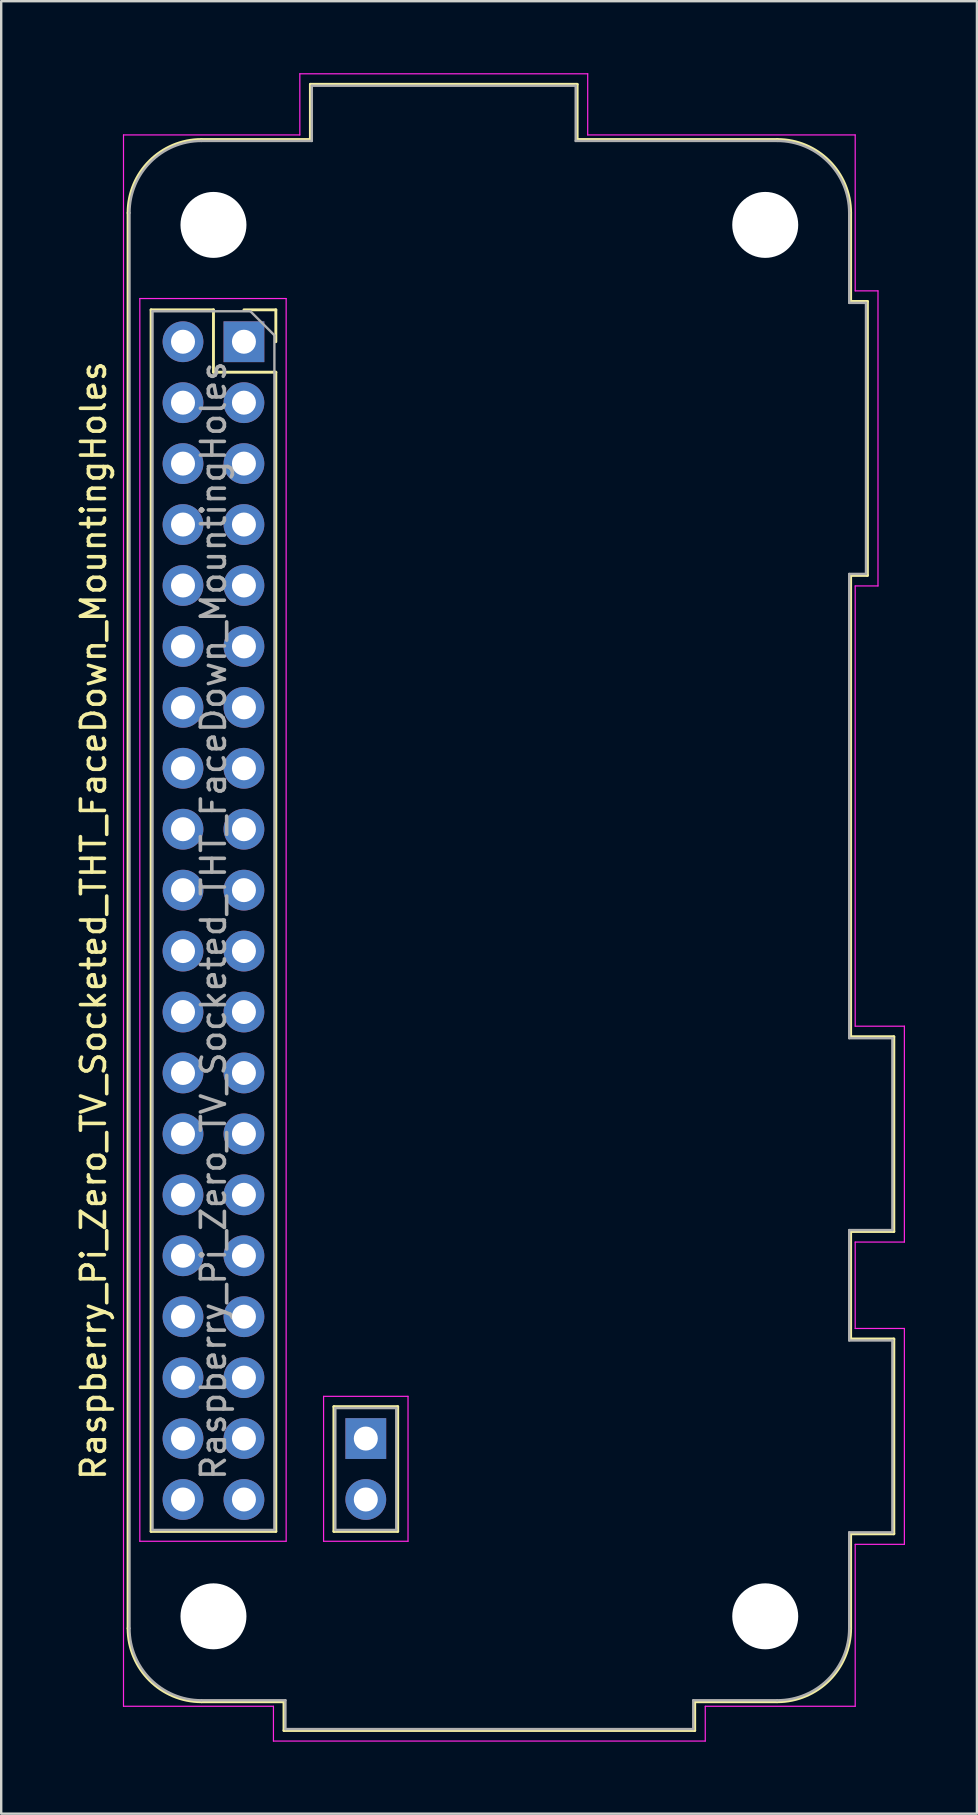
<source format=kicad_pcb>
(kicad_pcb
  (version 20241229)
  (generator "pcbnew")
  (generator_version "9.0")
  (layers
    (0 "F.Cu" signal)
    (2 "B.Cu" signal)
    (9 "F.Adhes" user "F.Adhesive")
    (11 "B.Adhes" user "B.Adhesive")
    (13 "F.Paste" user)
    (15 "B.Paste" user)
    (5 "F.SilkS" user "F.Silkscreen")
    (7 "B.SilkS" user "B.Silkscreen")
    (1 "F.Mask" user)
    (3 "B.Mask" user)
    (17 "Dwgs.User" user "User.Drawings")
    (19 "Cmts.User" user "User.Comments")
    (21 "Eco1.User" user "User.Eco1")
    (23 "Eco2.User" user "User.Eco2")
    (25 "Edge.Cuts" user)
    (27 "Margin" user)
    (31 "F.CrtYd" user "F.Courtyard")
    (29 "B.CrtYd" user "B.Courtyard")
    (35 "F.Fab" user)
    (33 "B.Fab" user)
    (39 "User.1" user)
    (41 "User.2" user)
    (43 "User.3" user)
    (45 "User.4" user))
  (footprint "Raspberry_Pi_Zero_TV_Socketed_THT_FaceDown_MountingHoles"
    (layer "F.Cu")
    (at 7.118 11.195)
    (property "Reference" "Raspberry_Pi_Zero_TV_Socketed_THT_FaceDown_MountingHoles" (at -6.27 24.13 90) (layer "F.SilkS") (effects (font (size 1 1) (thickness 0.15))))
    (attr through_hole)
    (fp_line (start -4.83 53.63) (end -4.83 -5.37) (stroke (width 0.12) (type solid)) (layer "F.SilkS"))
    (fp_line (start -3.87 -1.33) (end -3.87 49.59) (stroke (width 0.12) (type solid)) (layer "F.SilkS"))
    (fp_line (start -3.87 -1.33) (end -1.27 -1.33) (stroke (width 0.12) (type solid)) (layer "F.SilkS"))
    (fp_line (start -3.87 49.59) (end 1.33 49.59) (stroke (width 0.12) (type solid)) (layer "F.SilkS"))
    (fp_line (start -1.77 -8.43) (end 2.77 -8.43) (stroke (width 0.12) (type solid)) (layer "F.SilkS"))
    (fp_line (start -1.27 -1.33) (end -1.27 1.27) (stroke (width 0.12) (type solid)) (layer "F.SilkS"))
    (fp_line (start -1.27 1.27) (end 1.33 1.27) (stroke (width 0.12) (type solid)) (layer "F.SilkS"))
    (fp_line (start 0 -1.33) (end 1.33 -1.33) (stroke (width 0.12) (type solid)) (layer "F.SilkS"))
    (fp_line (start 1.33 -1.33) (end 1.33 0) (stroke (width 0.12) (type solid)) (layer "F.SilkS"))
    (fp_line (start 1.33 1.27) (end 1.33 49.59) (stroke (width 0.12) (type solid)) (layer "F.SilkS"))
    (fp_line (start 1.67 56.69) (end -1.77 56.69) (stroke (width 0.12) (type solid)) (layer "F.SilkS"))
    (fp_line (start 1.67 56.69) (end 1.67 57.89) (stroke (width 0.12) (type solid)) (layer "F.SilkS"))
    (fp_line (start 1.67 57.89) (end 18.79 57.89) (stroke (width 0.12) (type solid)) (layer "F.SilkS"))
    (fp_line (start 2.77 -8.43) (end 2.77 -10.73) (stroke (width 0.12) (type solid)) (layer "F.SilkS"))
    (fp_line (start 3.75 49.59) (end 3.75 44.39) (stroke (width 0.12) (type solid)) (layer "F.SilkS"))
    (fp_line (start 6.41 44.39) (end 3.75 44.39) (stroke (width 0.12) (type solid)) (layer "F.SilkS"))
    (fp_line (start 6.41 49.59) (end 3.75 49.59) (stroke (width 0.12) (type solid)) (layer "F.SilkS"))
    (fp_line (start 6.41 49.59) (end 6.41 44.39) (stroke (width 0.12) (type solid)) (layer "F.SilkS"))
    (fp_line (start 13.89 -10.73) (end 2.77 -10.73) (stroke (width 0.12) (type solid)) (layer "F.SilkS"))
    (fp_line (start 13.89 -8.43) (end 13.89 -10.73) (stroke (width 0.12) (type solid)) (layer "F.SilkS"))
    (fp_line (start 18.79 56.69) (end 22.23 56.69) (stroke (width 0.12) (type solid)) (layer "F.SilkS"))
    (fp_line (start 18.79 57.89) (end 18.79 56.69) (stroke (width 0.12) (type solid)) (layer "F.SilkS"))
    (fp_line (start 22.23 -8.43) (end 13.89 -8.43) (stroke (width 0.12) (type solid)) (layer "F.SilkS"))
    (fp_line (start 25.29 -1.68) (end 25.29 -5.37) (stroke (width 0.12) (type solid)) (layer "F.SilkS"))
    (fp_line (start 25.29 9.74) (end 25.99 9.74) (stroke (width 0.12) (type solid)) (layer "F.SilkS"))
    (fp_line (start 25.29 28.97) (end 25.29 9.74) (stroke (width 0.12) (type solid)) (layer "F.SilkS"))
    (fp_line (start 25.29 37.09) (end 27.09 37.09) (stroke (width 0.12) (type solid)) (layer "F.SilkS"))
    (fp_line (start 25.29 41.57) (end 25.29 37.09) (stroke (width 0.12) (type solid)) (layer "F.SilkS"))
    (fp_line (start 25.29 49.69) (end 27.09 49.69) (stroke (width 0.12) (type solid)) (layer "F.SilkS"))
    (fp_line (start 25.29 53.63) (end 25.29 49.69) (stroke (width 0.12) (type solid)) (layer "F.SilkS"))
    (fp_line (start 25.99 -1.68) (end 25.29 -1.68) (stroke (width 0.12) (type solid)) (layer "F.SilkS"))
    (fp_line (start 25.99 9.74) (end 25.99 -1.68) (stroke (width 0.12) (type solid)) (layer "F.SilkS"))
    (fp_line (start 27.09 28.97) (end 25.29 28.97) (stroke (width 0.12) (type solid)) (layer "F.SilkS"))
    (fp_line (start 27.09 37.09) (end 27.09 28.97) (stroke (width 0.12) (type solid)) (layer "F.SilkS"))
    (fp_line (start 27.09 41.57) (end 25.29 41.57) (stroke (width 0.12) (type solid)) (layer "F.SilkS"))
    (fp_line (start 27.09 49.69) (end 27.09 41.57) (stroke (width 0.12) (type solid)) (layer "F.SilkS"))
    (fp_arc (start -4.83 -5.37) (mid -3.933747 -7.533747) (end -1.77 -8.43) (stroke (width 0.12) (type solid)) (layer "F.SilkS"))
    (fp_arc (start -1.77 56.69) (mid -3.933747 55.793747) (end -4.83 53.63) (stroke (width 0.12) (type solid)) (layer "F.SilkS"))
    (fp_arc (start 22.23 -8.43) (mid 24.393747 -7.533747) (end 25.29 -5.37) (stroke (width 0.12) (type solid)) (layer "F.SilkS"))
    (fp_arc (start 25.29 53.63) (mid 24.393747 55.793747) (end 22.23 56.69) (stroke (width 0.12) (type solid)) (layer "F.SilkS"))
    (fp_line (start -5.02 -8.62) (end 2.33 -8.62) (stroke (width 0.05) (type solid)) (layer "F.CrtYd"))
    (fp_line (start -5.02 56.88) (end -5.02 -8.62) (stroke (width 0.05) (type solid)) (layer "F.CrtYd"))
    (fp_line (start -5.02 56.88) (end 1.23 56.88) (stroke (width 0.05) (type solid)) (layer "F.CrtYd"))
    (fp_line (start -4.34 -1.8) (end 1.76 -1.8) (stroke (width 0.05) (type solid)) (layer "F.CrtYd"))
    (fp_line (start -4.34 50) (end -4.34 -1.8) (stroke (width 0.05) (type solid)) (layer "F.CrtYd"))
    (fp_line (start 1.23 58.33) (end 1.23 56.88) (stroke (width 0.05) (type solid)) (layer "F.CrtYd"))
    (fp_line (start 1.76 -1.8) (end 1.76 50) (stroke (width 0.05) (type solid)) (layer "F.CrtYd"))
    (fp_line (start 1.76 50) (end -4.34 50) (stroke (width 0.05) (type solid)) (layer "F.CrtYd"))
    (fp_line (start 2.33 -8.62) (end 2.33 -11.17) (stroke (width 0.05) (type solid)) (layer "F.CrtYd"))
    (fp_line (start 3.32 43.96) (end 3.32 50) (stroke (width 0.05) (type solid)) (layer "F.CrtYd"))
    (fp_line (start 3.32 43.96) (end 6.84 43.96) (stroke (width 0.05) (type solid)) (layer "F.CrtYd"))
    (fp_line (start 3.32 50) (end 6.84 50) (stroke (width 0.05) (type solid)) (layer "F.CrtYd"))
    (fp_line (start 6.84 43.96) (end 6.84 50) (stroke (width 0.05) (type solid)) (layer "F.CrtYd"))
    (fp_line (start 14.33 -11.17) (end 2.33 -11.17) (stroke (width 0.05) (type solid)) (layer "F.CrtYd"))
    (fp_line (start 14.33 -8.62) (end 14.33 -11.17) (stroke (width 0.05) (type solid)) (layer "F.CrtYd"))
    (fp_line (start 19.23 56.88) (end 25.48 56.88) (stroke (width 0.05) (type solid)) (layer "F.CrtYd"))
    (fp_line (start 19.23 58.33) (end 1.23 58.33) (stroke (width 0.05) (type solid)) (layer "F.CrtYd"))
    (fp_line (start 19.23 58.33) (end 19.23 56.88) (stroke (width 0.05) (type solid)) (layer "F.CrtYd"))
    (fp_line (start 25.48 -8.62) (end 14.33 -8.62) (stroke (width 0.05) (type solid)) (layer "F.CrtYd"))
    (fp_line (start 25.48 -2.12) (end 25.48 -8.62) (stroke (width 0.05) (type solid)) (layer "F.CrtYd"))
    (fp_line (start 25.48 28.53) (end 25.48 10.18) (stroke (width 0.05) (type solid)) (layer "F.CrtYd"))
    (fp_line (start 25.48 37.53) (end 25.48 41.13) (stroke (width 0.05) (type solid)) (layer "F.CrtYd"))
    (fp_line (start 25.48 50.13) (end 25.48 56.88) (stroke (width 0.05) (type solid)) (layer "F.CrtYd"))
    (fp_line (start 26.43 -2.12) (end 25.48 -2.12) (stroke (width 0.05) (type solid)) (layer "F.CrtYd"))
    (fp_line (start 26.43 -2.12) (end 26.43 10.18) (stroke (width 0.05) (type solid)) (layer "F.CrtYd"))
    (fp_line (start 26.43 10.18) (end 25.48 10.18) (stroke (width 0.05) (type solid)) (layer "F.CrtYd"))
    (fp_line (start 27.53 28.53) (end 25.48 28.53) (stroke (width 0.05) (type solid)) (layer "F.CrtYd"))
    (fp_line (start 27.53 37.53) (end 25.48 37.53) (stroke (width 0.05) (type solid)) (layer "F.CrtYd"))
    (fp_line (start 27.53 37.53) (end 27.53 28.53) (stroke (width 0.05) (type solid)) (layer "F.CrtYd"))
    (fp_line (start 27.53 41.13) (end 25.48 41.13) (stroke (width 0.05) (type solid)) (layer "F.CrtYd"))
    (fp_line (start 27.53 50.13) (end 25.48 50.13) (stroke (width 0.05) (type solid)) (layer "F.CrtYd"))
    (fp_line (start 27.53 50.13) (end 27.53 41.13) (stroke (width 0.05) (type solid)) (layer "F.CrtYd"))
    (fp_line (start -4.77 53.63) (end -4.77 -5.37) (stroke (width 0.1) (type solid)) (layer "F.Fab"))
    (fp_line (start -3.81 -1.27) (end 0.27 -1.27) (stroke (width 0.1) (type solid)) (layer "F.Fab"))
    (fp_line (start -3.81 49.53) (end -3.81 -1.27) (stroke (width 0.1) (type solid)) (layer "F.Fab"))
    (fp_line (start -1.77 -8.37) (end 2.83 -8.37) (stroke (width 0.1) (type solid)) (layer "F.Fab"))
    (fp_line (start -1.77 56.63) (end 1.73 56.63) (stroke (width 0.1) (type solid)) (layer "F.Fab"))
    (fp_line (start 0.27 -1.27) (end 1.27 -0.27) (stroke (width 0.1) (type solid)) (layer "F.Fab"))
    (fp_line (start 1.27 -0.27) (end 1.27 49.53) (stroke (width 0.1) (type solid)) (layer "F.Fab"))
    (fp_line (start 1.27 49.53) (end -3.81 49.53) (stroke (width 0.1) (type solid)) (layer "F.Fab"))
    (fp_line (start 1.73 56.63) (end 1.73 57.83) (stroke (width 0.1) (type solid)) (layer "F.Fab"))
    (fp_line (start 1.73 57.83) (end 18.73 57.83) (stroke (width 0.1) (type solid)) (layer "F.Fab"))
    (fp_line (start 2.83 -8.37) (end 2.83 -10.67) (stroke (width 0.1) (type solid)) (layer "F.Fab"))
    (fp_line (start 3.81 44.45) (end 3.81 49.53) (stroke (width 0.1) (type solid)) (layer "F.Fab"))
    (fp_line (start 3.81 44.45) (end 6.35 44.45) (stroke (width 0.1) (type solid)) (layer "F.Fab"))
    (fp_line (start 3.81 49.53) (end 6.35 49.53) (stroke (width 0.1) (type solid)) (layer "F.Fab"))
    (fp_line (start 6.35 44.45) (end 6.35 49.53) (stroke (width 0.1) (type solid)) (layer "F.Fab"))
    (fp_line (start 13.83 -10.67) (end 2.83 -10.67) (stroke (width 0.1) (type solid)) (layer "F.Fab"))
    (fp_line (start 13.83 -10.67) (end 13.83 -8.37) (stroke (width 0.1) (type solid)) (layer "F.Fab"))
    (fp_line (start 13.83 -8.37) (end 22.23 -8.37) (stroke (width 0.1) (type solid)) (layer "F.Fab"))
    (fp_line (start 18.73 56.63) (end 18.73 57.83) (stroke (width 0.1) (type solid)) (layer "F.Fab"))
    (fp_line (start 22.23 56.63) (end 18.73 56.63) (stroke (width 0.1) (type solid)) (layer "F.Fab"))
    (fp_line (start 25.23 -1.62) (end 25.23 -5.37) (stroke (width 0.1) (type solid)) (layer "F.Fab"))
    (fp_line (start 25.23 -1.62) (end 25.93 -1.62) (stroke (width 0.1) (type solid)) (layer "F.Fab"))
    (fp_line (start 25.23 9.68) (end 25.93 9.68) (stroke (width 0.1) (type solid)) (layer "F.Fab"))
    (fp_line (start 25.23 29.03) (end 25.23 9.68) (stroke (width 0.1) (type solid)) (layer "F.Fab"))
    (fp_line (start 25.23 37.03) (end 27.03 37.03) (stroke (width 0.1) (type solid)) (layer "F.Fab"))
    (fp_line (start 25.23 41.63) (end 25.23 37.03) (stroke (width 0.1) (type solid)) (layer "F.Fab"))
    (fp_line (start 25.23 49.63) (end 25.23 53.63) (stroke (width 0.1) (type solid)) (layer "F.Fab"))
    (fp_line (start 25.23 49.63) (end 27.03 49.63) (stroke (width 0.1) (type solid)) (layer "F.Fab"))
    (fp_line (start 25.93 9.68) (end 25.93 -1.62) (stroke (width 0.1) (type solid)) (layer "F.Fab"))
    (fp_line (start 27.03 29.03) (end 25.23 29.03) (stroke (width 0.1) (type solid)) (layer "F.Fab"))
    (fp_line (start 27.03 37.03) (end 27.03 29.03) (stroke (width 0.1) (type solid)) (layer "F.Fab"))
    (fp_line (start 27.03 41.63) (end 25.23 41.63) (stroke (width 0.1) (type solid)) (layer "F.Fab"))
    (fp_line (start 27.03 49.63) (end 27.03 41.63) (stroke (width 0.1) (type solid)) (layer "F.Fab"))
    (fp_arc (start -4.77 -5.37) (mid -3.89132 -7.49132) (end -1.77 -8.37) (stroke (width 0.1) (type solid)) (layer "F.Fab"))
    (fp_arc (start -1.77 56.63) (mid -3.89132 55.75132) (end -4.77 53.63) (stroke (width 0.1) (type solid)) (layer "F.Fab"))
    (fp_arc (start 22.23 -8.37) (mid 24.35132 -7.49132) (end 25.23 -5.37) (stroke (width 0.1) (type solid)) (layer "F.Fab"))
    (fp_arc (start 25.23 53.63) (mid 24.35132 55.75132) (end 22.23 56.63) (stroke (width 0.1) (type solid)) (layer "F.Fab"))
    (fp_text user "${REFERENCE}" (at -1.27 24.13 90) (layer "F.Fab") (effects (font (size 1 1) (thickness 0.15))))
    (pad "" np_thru_hole circle (at -1.27 -4.87 90) (size 2.75 2.75) (drill 2.75) (layers "*.Cu" "*.Mask"))
    (pad "" np_thru_hole circle (at -1.27 53.13 90) (size 2.75 2.75) (drill 2.75) (layers "*.Cu" "*.Mask"))
    (pad "" np_thru_hole circle (at 21.73 -4.87 90) (size 2.75 2.75) (drill 2.75) (layers "*.Cu" "*.Mask"))
    (pad "" np_thru_hole circle (at 21.73 53.13 90) (size 2.75 2.75) (drill 2.75) (layers "*.Cu" "*.Mask"))
    (pad "1" thru_hole rect (at 0 0) (size 1.7 1.7) (drill 1) (layers "*.Cu" "*.Mask"))
    (pad "2" thru_hole oval (at -2.54 0) (size 1.7 1.7) (drill 1) (layers "*.Cu" "*.Mask"))
    (pad "3" thru_hole oval (at 0 2.54) (size 1.7 1.7) (drill 1) (layers "*.Cu" "*.Mask"))
    (pad "4" thru_hole oval (at -2.54 2.54) (size 1.7 1.7) (drill 1) (layers "*.Cu" "*.Mask"))
    (pad "5" thru_hole oval (at 0 5.08) (size 1.7 1.7) (drill 1) (layers "*.Cu" "*.Mask"))
    (pad "6" thru_hole oval (at -2.54 5.08) (size 1.7 1.7) (drill 1) (layers "*.Cu" "*.Mask"))
    (pad "7" thru_hole oval (at 0 7.62) (size 1.7 1.7) (drill 1) (layers "*.Cu" "*.Mask"))
    (pad "8" thru_hole oval (at -2.54 7.62) (size 1.7 1.7) (drill 1) (layers "*.Cu" "*.Mask"))
    (pad "9" thru_hole oval (at 0 10.16) (size 1.7 1.7) (drill 1) (layers "*.Cu" "*.Mask"))
    (pad "10" thru_hole oval (at -2.54 10.16) (size 1.7 1.7) (drill 1) (layers "*.Cu" "*.Mask"))
    (pad "11" thru_hole oval (at 0 12.7) (size 1.7 1.7) (drill 1) (layers "*.Cu" "*.Mask"))
    (pad "12" thru_hole oval (at -2.54 12.7) (size 1.7 1.7) (drill 1) (layers "*.Cu" "*.Mask"))
    (pad "13" thru_hole oval (at 0 15.24) (size 1.7 1.7) (drill 1) (layers "*.Cu" "*.Mask"))
    (pad "14" thru_hole oval (at -2.54 15.24) (size 1.7 1.7) (drill 1) (layers "*.Cu" "*.Mask"))
    (pad "15" thru_hole oval (at 0 17.78) (size 1.7 1.7) (drill 1) (layers "*.Cu" "*.Mask"))
    (pad "16" thru_hole oval (at -2.54 17.78) (size 1.7 1.7) (drill 1) (layers "*.Cu" "*.Mask"))
    (pad "17" thru_hole oval (at 0 20.32) (size 1.7 1.7) (drill 1) (layers "*.Cu" "*.Mask"))
    (pad "18" thru_hole oval (at -2.54 20.32) (size 1.7 1.7) (drill 1) (layers "*.Cu" "*.Mask"))
    (pad "19" thru_hole oval (at 0 22.86) (size 1.7 1.7) (drill 1) (layers "*.Cu" "*.Mask"))
    (pad "20" thru_hole oval (at -2.54 22.86) (size 1.7 1.7) (drill 1) (layers "*.Cu" "*.Mask"))
    (pad "21" thru_hole oval (at 0 25.4) (size 1.7 1.7) (drill 1) (layers "*.Cu" "*.Mask"))
    (pad "22" thru_hole oval (at -2.54 25.4) (size 1.7 1.7) (drill 1) (layers "*.Cu" "*.Mask"))
    (pad "23" thru_hole oval (at 0 27.94) (size 1.7 1.7) (drill 1) (layers "*.Cu" "*.Mask"))
    (pad "24" thru_hole oval (at -2.54 27.94) (size 1.7 1.7) (drill 1) (layers "*.Cu" "*.Mask"))
    (pad "25" thru_hole oval (at 0 30.48) (size 1.7 1.7) (drill 1) (layers "*.Cu" "*.Mask"))
    (pad "26" thru_hole oval (at -2.54 30.48) (size 1.7 1.7) (drill 1) (layers "*.Cu" "*.Mask"))
    (pad "27" thru_hole oval (at 0 33.02) (size 1.7 1.7) (drill 1) (layers "*.Cu" "*.Mask"))
    (pad "28" thru_hole oval (at -2.54 33.02) (size 1.7 1.7) (drill 1) (layers "*.Cu" "*.Mask"))
    (pad "29" thru_hole oval (at 0 35.56) (size 1.7 1.7) (drill 1) (layers "*.Cu" "*.Mask"))
    (pad "30" thru_hole oval (at -2.54 35.56) (size 1.7 1.7) (drill 1) (layers "*.Cu" "*.Mask"))
    (pad "31" thru_hole oval (at 0 38.1) (size 1.7 1.7) (drill 1) (layers "*.Cu" "*.Mask"))
    (pad "32" thru_hole oval (at -2.54 38.1) (size 1.7 1.7) (drill 1) (layers "*.Cu" "*.Mask"))
    (pad "33" thru_hole oval (at 0 40.64) (size 1.7 1.7) (drill 1) (layers "*.Cu" "*.Mask"))
    (pad "34" thru_hole oval (at -2.54 40.64) (size 1.7 1.7) (drill 1) (layers "*.Cu" "*.Mask"))
    (pad "35" thru_hole oval (at 0 43.18) (size 1.7 1.7) (drill 1) (layers "*.Cu" "*.Mask"))
    (pad "36" thru_hole oval (at -2.54 43.18) (size 1.7 1.7) (drill 1) (layers "*.Cu" "*.Mask"))
    (pad "37" thru_hole oval (at 0 45.72) (size 1.7 1.7) (drill 1) (layers "*.Cu" "*.Mask"))
    (pad "38" thru_hole oval (at -2.54 45.72) (size 1.7 1.7) (drill 1) (layers "*.Cu" "*.Mask"))
    (pad "39" thru_hole oval (at 0 48.26) (size 1.7 1.7) (drill 1) (layers "*.Cu" "*.Mask"))
    (pad "40" thru_hole oval (at -2.54 48.26) (size 1.7 1.7) (drill 1) (layers "*.Cu" "*.Mask"))
    (pad "41" thru_hole rect (at 5.08 45.72 180) (size 1.7 1.7) (drill 1) (layers "*.Cu" "*.Mask"))
    (pad "42" thru_hole oval (at 5.08 48.26 180) (size 1.7 1.7) (drill 1) (layers "*.Cu" "*.Mask")))
  (gr_rect
    (start -3 -3)
    (end 37.673 72.55)
    (stroke (width 0.1) (type default))
    (fill no)
    (layer "Edge.Cuts")))
</source>
